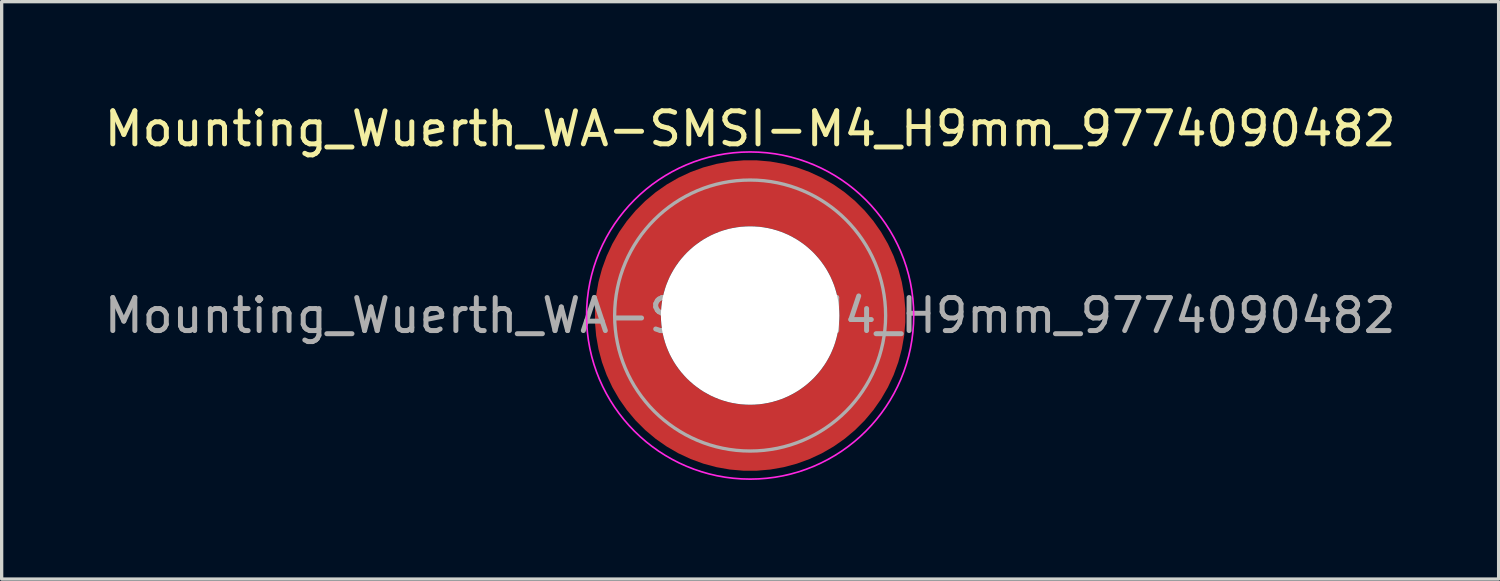
<source format=kicad_pcb>
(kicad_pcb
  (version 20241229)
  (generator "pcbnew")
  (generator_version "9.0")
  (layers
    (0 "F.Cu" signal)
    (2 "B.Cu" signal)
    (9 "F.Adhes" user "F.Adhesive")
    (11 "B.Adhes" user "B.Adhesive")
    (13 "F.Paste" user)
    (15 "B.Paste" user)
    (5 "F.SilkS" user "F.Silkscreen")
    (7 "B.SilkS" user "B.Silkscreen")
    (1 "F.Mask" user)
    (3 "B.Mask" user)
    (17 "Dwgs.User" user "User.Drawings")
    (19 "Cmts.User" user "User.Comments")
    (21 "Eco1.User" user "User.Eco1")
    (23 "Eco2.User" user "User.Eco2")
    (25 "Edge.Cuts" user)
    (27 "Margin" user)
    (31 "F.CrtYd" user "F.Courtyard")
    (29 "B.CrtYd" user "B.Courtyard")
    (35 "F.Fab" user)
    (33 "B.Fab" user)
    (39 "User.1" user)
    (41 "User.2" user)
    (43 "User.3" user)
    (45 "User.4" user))
  (footprint "Mounting_Wuerth_WA-SMSI-M4_H9mm_9774090482"
    (layer "F.Cu")
    (at 19.649 6.498)
    (property "Reference" "Mounting_Wuerth_WA-SMSI-M4_H9mm_9774090482" (at 0 -5.65 0) (layer "F.SilkS") (effects (font (size 1 1) (thickness 0.15))))
    (attr smd allow_soldermask_bridges)
    (fp_circle (center 0 0) (end 4.95 0) (stroke (width 0.05) (type solid)) (fill no) (layer "F.CrtYd"))
    (fp_circle (center 0 0) (end 4.1 0) (stroke (width 0.1) (type solid)) (fill no) (layer "F.Fab"))
    (fp_text user "${REFERENCE}" (at 0 0 0) (layer "F.Fab") (effects (font (size 1 1) (thickness 0.15))))
    (pad "" smd custom (at -2.607 -2.607) (size 0.948 0.948) (layers "F.Paste") (options (anchor circle)) (primitives (gr_arc (start -0.188183 2.107456) (mid 0.599273 0.599273) (end 2.107456 -0.188183) (width 0.2)) (gr_arc (start -0.289416 2.107456) (mid 0.52877 0.52877) (end 2.107456 -0.289416) (width 0.2)) (gr_arc (start -0.390547 2.107456) (mid 0.458268 0.458268) (end 2.107456 -0.390547) (width 0.2)) (gr_arc (start -0.491585 2.107456) (mid 0.387765 0.387765) (end 2.107456 -0.491585) (width 0.2)) (gr_arc (start -0.59254 2.107456) (mid 0.317262 0.317262) (end 2.107456 -0.59254) (width 0.2)) (gr_arc (start -0.693419 2.107456) (mid 0.246759 0.246759) (end 2.107456 -0.693419) (width 0.2)) (gr_arc (start -0.794229 2.107456) (mid 0.176257 0.176257) (end 2.107456 -0.794229) (width 0.2)) (gr_arc (start -0.894975 2.107456) (mid 0.105754 0.105754) (end 2.107456 -0.894975) (width 0.2)) (gr_arc (start -0.995664 2.107456) (mid 0.035251 0.035251) (end 2.107456 -0.995664) (width 0.2)) (gr_arc (start -1.0963 2.107456) (mid -0.035251 -0.035251) (end 2.107456 -1.0963) (width 0.2)) (gr_arc (start -1.196886 2.107456) (mid -0.105754 -0.105754) (end 2.107456 -1.196886) (width 0.2)) (gr_arc (start -1.297427 2.107456) (mid -0.176257 -0.176257) (end 2.107456 -1.297427) (width 0.2)) (gr_arc (start -1.397927 2.107456) (mid -0.246759 -0.246759) (end 2.107456 -1.397927) (width 0.2)) (gr_arc (start -1.498388 2.107456) (mid -0.317262 -0.317262) (end 2.107456 -1.498388) (width 0.2)) (gr_arc (start -1.598813 2.107456) (mid -0.387765 -0.387765) (end 2.107456 -1.598813) (width 0.2)) (gr_arc (start -1.699204 2.107456) (mid -0.458268 -0.458268) (end 2.107456 -1.699204) (width 0.2)) (gr_arc (start -1.799565 2.107456) (mid -0.52877 -0.52877) (end 2.107456 -1.799565) (width 0.2)) (gr_arc (start -1.899896 2.107456) (mid -0.599273 -0.599273) (end 2.107456 -1.899896) (width 0.2)) (gr_arc (start -1.899896 2.107456) (mid -0.599273 -0.599273) (end 2.107456 -1.899896) (width 0.2)) (gr_line (start 2.107 -0.188) (end 2.107 -1.9) (width 0.2)) (gr_line (start -0.188 2.107) (end -1.9 2.107) (width 0.2))))
    (pad "" smd custom (at -2.607 2.607) (size 0.948 0.948) (layers "F.Paste") (options (anchor circle)) (primitives (gr_arc (start 2.107456 0.188183) (mid 0.599273 -0.599273) (end -0.188183 -2.107456) (width 0.2)) (gr_arc (start 2.107456 0.289416) (mid 0.52877 -0.52877) (end -0.289416 -2.107456) (width 0.2)) (gr_arc (start 2.107456 0.390547) (mid 0.458268 -0.458268) (end -0.390547 -2.107456) (width 0.2)) (gr_arc (start 2.107456 0.491585) (mid 0.387765 -0.387765) (end -0.491585 -2.107456) (width 0.2)) (gr_arc (start 2.107456 0.59254) (mid 0.317262 -0.317262) (end -0.59254 -2.107456) (width 0.2)) (gr_arc (start 2.107456 0.693419) (mid 0.246759 -0.246759) (end -0.693419 -2.107456) (width 0.2)) (gr_arc (start 2.107456 0.794229) (mid 0.176257 -0.176257) (end -0.794229 -2.107456) (width 0.2)) (gr_arc (start 2.107456 0.894975) (mid 0.105754 -0.105754) (end -0.894975 -2.107456) (width 0.2)) (gr_arc (start 2.107456 0.995664) (mid 0.035251 -0.035251) (end -0.995664 -2.107456) (width 0.2)) (gr_arc (start 2.107456 1.0963) (mid -0.035251 0.035251) (end -1.0963 -2.107456) (width 0.2)) (gr_arc (start 2.107456 1.196886) (mid -0.105754 0.105754) (end -1.196886 -2.107456) (width 0.2)) (gr_arc (start 2.107456 1.297427) (mid -0.176257 0.176257) (end -1.297427 -2.107456) (width 0.2)) (gr_arc (start 2.107456 1.397927) (mid -0.246759 0.246759) (end -1.397927 -2.107456) (width 0.2)) (gr_arc (start 2.107456 1.498388) (mid -0.317262 0.317262) (end -1.498388 -2.107456) (width 0.2)) (gr_arc (start 2.107456 1.598813) (mid -0.387765 0.387765) (end -1.598813 -2.107456) (width 0.2)) (gr_arc (start 2.107456 1.699204) (mid -0.458268 0.458268) (end -1.699204 -2.107456) (width 0.2)) (gr_arc (start 2.107456 1.799565) (mid -0.52877 0.52877) (end -1.799565 -2.107456) (width 0.2)) (gr_arc (start 2.107456 1.899896) (mid -0.599273 0.599273) (end -1.899896 -2.107456) (width 0.2)) (gr_arc (start 2.107456 1.899896) (mid -0.599273 0.599273) (end -1.899896 -2.107456) (width 0.2)) (gr_line (start -0.188 -2.107) (end -1.9 -2.107) (width 0.2)) (gr_line (start 2.107 0.188) (end 2.107 1.9) (width 0.2))))
    (pad "" np_thru_hole circle (at 0 0) (size 5.4 5.4) (drill 5.4) (layers "*.Cu" "*.Mask"))
    (pad "" smd custom (at 2.607 -2.607) (size 0.948 0.948) (layers "F.Paste") (options (anchor circle)) (primitives (gr_arc (start -2.107456 -0.188183) (mid -0.599273 0.599273) (end 0.188183 2.107456) (width 0.2)) (gr_arc (start -2.107456 -0.289416) (mid -0.52877 0.52877) (end 0.289416 2.107456) (width 0.2)) (gr_arc (start -2.107456 -0.390547) (mid -0.458268 0.458268) (end 0.390547 2.107456) (width 0.2)) (gr_arc (start -2.107456 -0.491585) (mid -0.387765 0.387765) (end 0.491585 2.107456) (width 0.2)) (gr_arc (start -2.107456 -0.59254) (mid -0.317262 0.317262) (end 0.59254 2.107456) (width 0.2)) (gr_arc (start -2.107456 -0.693419) (mid -0.246759 0.246759) (end 0.693419 2.107456) (width 0.2)) (gr_arc (start -2.107456 -0.794229) (mid -0.176257 0.176257) (end 0.794229 2.107456) (width 0.2)) (gr_arc (start -2.107456 -0.894975) (mid -0.105754 0.105754) (end 0.894975 2.107456) (width 0.2)) (gr_arc (start -2.107456 -0.995664) (mid -0.035251 0.035251) (end 0.995664 2.107456) (width 0.2)) (gr_arc (start -2.107456 -1.0963) (mid 0.035251 -0.035251) (end 1.0963 2.107456) (width 0.2)) (gr_arc (start -2.107456 -1.196886) (mid 0.105754 -0.105754) (end 1.196886 2.107456) (width 0.2)) (gr_arc (start -2.107456 -1.297427) (mid 0.176257 -0.176257) (end 1.297427 2.107456) (width 0.2)) (gr_arc (start -2.107456 -1.397927) (mid 0.246759 -0.246759) (end 1.397927 2.107456) (width 0.2)) (gr_arc (start -2.107456 -1.498388) (mid 0.317262 -0.317262) (end 1.498388 2.107456) (width 0.2)) (gr_arc (start -2.107456 -1.598813) (mid 0.387765 -0.387765) (end 1.598813 2.107456) (width 0.2)) (gr_arc (start -2.107456 -1.699204) (mid 0.458268 -0.458268) (end 1.699204 2.107456) (width 0.2)) (gr_arc (start -2.107456 -1.799565) (mid 0.52877 -0.52877) (end 1.799565 2.107456) (width 0.2)) (gr_arc (start -2.107456 -1.899896) (mid 0.599273 -0.599273) (end 1.899896 2.107456) (width 0.2)) (gr_arc (start -2.107456 -1.899896) (mid 0.599273 -0.599273) (end 1.899896 2.107456) (width 0.2)) (gr_line (start 0.188 2.107) (end 1.9 2.107) (width 0.2)) (gr_line (start -2.107 -0.188) (end -2.107 -1.9) (width 0.2))))
    (pad "" smd custom (at 2.607 2.607) (size 0.948 0.948) (layers "F.Paste") (options (anchor circle)) (primitives (gr_arc (start 0.188183 -2.107456) (mid -0.599273 -0.599273) (end -2.107456 0.188183) (width 0.2)) (gr_arc (start 0.289416 -2.107456) (mid -0.52877 -0.52877) (end -2.107456 0.289416) (width 0.2)) (gr_arc (start 0.390547 -2.107456) (mid -0.458268 -0.458268) (end -2.107456 0.390547) (width 0.2)) (gr_arc (start 0.491585 -2.107456) (mid -0.387765 -0.387765) (end -2.107456 0.491585) (width 0.2)) (gr_arc (start 0.59254 -2.107456) (mid -0.317262 -0.317262) (end -2.107456 0.59254) (width 0.2)) (gr_arc (start 0.693419 -2.107456) (mid -0.246759 -0.246759) (end -2.107456 0.693419) (width 0.2)) (gr_arc (start 0.794229 -2.107456) (mid -0.176257 -0.176257) (end -2.107456 0.794229) (width 0.2)) (gr_arc (start 0.894975 -2.107456) (mid -0.105754 -0.105754) (end -2.107456 0.894975) (width 0.2)) (gr_arc (start 0.995664 -2.107456) (mid -0.035251 -0.035251) (end -2.107456 0.995664) (width 0.2)) (gr_arc (start 1.0963 -2.107456) (mid 0.035251 0.035251) (end -2.107456 1.0963) (width 0.2)) (gr_arc (start 1.196886 -2.107456) (mid 0.105754 0.105754) (end -2.107456 1.196886) (width 0.2)) (gr_arc (start 1.297427 -2.107456) (mid 0.176257 0.176257) (end -2.107456 1.297427) (width 0.2)) (gr_arc (start 1.397927 -2.107456) (mid 0.246759 0.246759) (end -2.107456 1.397927) (width 0.2)) (gr_arc (start 1.498388 -2.107456) (mid 0.317262 0.317262) (end -2.107456 1.498388) (width 0.2)) (gr_arc (start 1.598813 -2.107456) (mid 0.387765 0.387765) (end -2.107456 1.598813) (width 0.2)) (gr_arc (start 1.699204 -2.107456) (mid 0.458268 0.458268) (end -2.107456 1.699204) (width 0.2)) (gr_arc (start 1.799565 -2.107456) (mid 0.52877 0.52877) (end -2.107456 1.799565) (width 0.2)) (gr_arc (start 1.899896 -2.107456) (mid 0.599273 0.599273) (end -2.107456 1.899896) (width 0.2)) (gr_arc (start 1.899896 -2.107456) (mid 0.599273 0.599273) (end -2.107456 1.899896) (width 0.2)) (gr_line (start -2.107 0.188) (end -2.107 1.9) (width 0.2)) (gr_line (start 0.188 -2.107) (end 1.9 -2.107) (width 0.2))))
    (pad "1" smd circle (at -3.7 0) (size 1.492 1.492) (layers "F.Cu"))
    (pad "1" smd circle (at 0 -3.7) (size 1.492 1.492) (layers "F.Cu"))
    (pad "1" smd circle (at 0 3.7) (size 1.492 1.492) (layers "F.Cu"))
    (pad "1" smd custom (at 3.7 0) (size 2 2) (layers "F.Cu" "F.Mask") (options (anchor circle)) (primitives (gr_circle (center -3.7 0) (end 0 0) (width 2) (fill no)))))
  (gr_rect
    (start -3 -3)
    (end 42.298 14.473)
    (stroke (width 0.1) (type default))
    (fill no)
    (layer "Edge.Cuts")))
</source>
